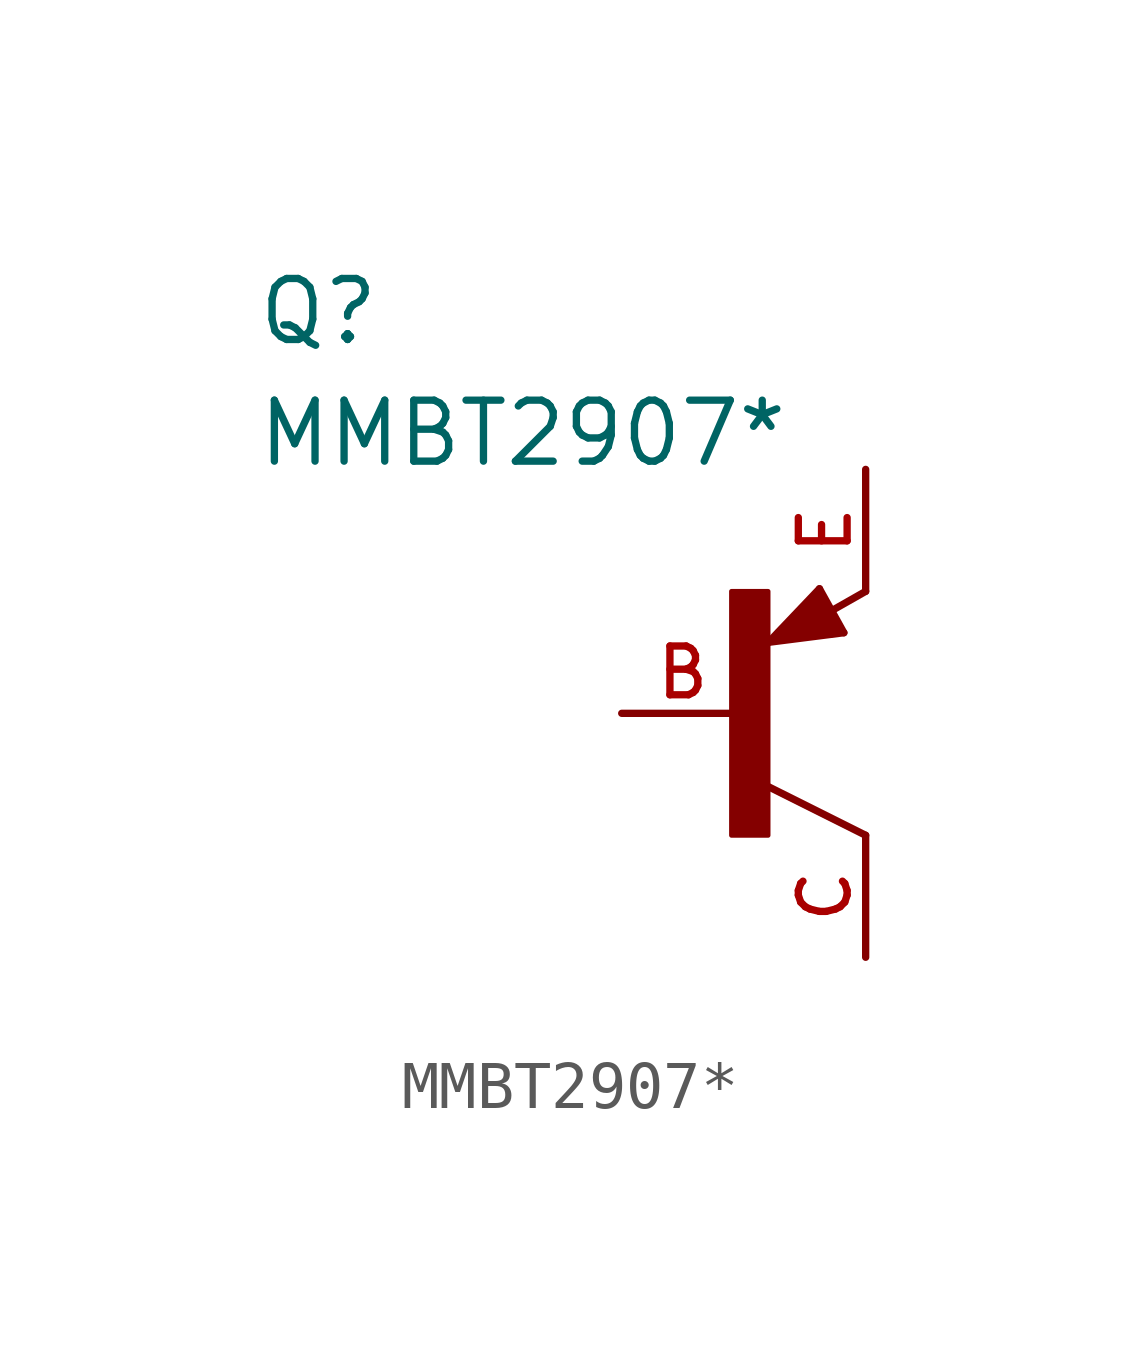
<source format=kicad_sym>
(kicad_symbol_lib
  (version 20211014)
  (generator kicad_symbol_editor)
  (symbol "MMBT2907*"
    (pin_names
      (offset 1.016))
    (property "Reference" "Q"
      (at -10.163 7.622 0)
      (effects (font (size 1.27 1.27)) (justify bottom left)))
    (property "Value" "MMBT2907*"
      (at -10.176 5.088 0)
      (effects (font (size 1.27 1.27)) (justify bottom left)))
    (symbol "MMBT2907*_0_0"
      (polyline (pts (xy 2.086 1.678) (xy 1.578 2.594)) (stroke (width 0.152)))
      (polyline (pts (xy 1.578 2.594) (xy 0.516 1.478)) (stroke (width 0.152)))
      (polyline (pts (xy 0.516 1.478) (xy 2.086 1.678)) (stroke (width 0.152)))
      (polyline (pts (xy 2.54 2.54) (xy 1.808 2.124)) (stroke (width 0.152)))
      (polyline (pts (xy 2.54 -2.54) (xy 0.508 -1.524)) (stroke (width 0.152)))
      (polyline (pts (xy 1.905 1.778) (xy 1.524 2.413)) (stroke (width 0.254)))
      (polyline (pts (xy 1.524 2.413) (xy 0.762 1.651)) (stroke (width 0.254)))
      (polyline (pts (xy 0.762 1.651) (xy 1.778 1.778)) (stroke (width 0.254)))
      (polyline (pts (xy 1.778 1.778) (xy 1.524 2.159)) (stroke (width 0.254)))
      (polyline (pts (xy 1.524 2.159) (xy 1.143 1.905)) (stroke (width 0.254)))
      (polyline (pts (xy 1.143 1.905) (xy 1.524 1.905)) (stroke (width 0.254)))
      (rectangle (start -0.254 -2.541) (end 0.508 2.54) (stroke (width 0.1)) (fill (type outline)))
      (pin passive line (at -2.54 0.0 0) (length 2.54) (name "~" (effects (font (size 1.016 1.016)))) (number "B" (effects (font (size 1.016 1.016)))))
      (pin passive line (at 2.54 5.08 270.0) (length 2.54) (name "~" (effects (font (size 1.016 1.016)))) (number "E" (effects (font (size 1.016 1.016)))))
      (pin passive line (at 2.54 -5.08 90.0) (length 2.54) (name "~" (effects (font (size 1.016 1.016)))) (number "C" (effects (font (size 1.016 1.016))))))))
</source>
